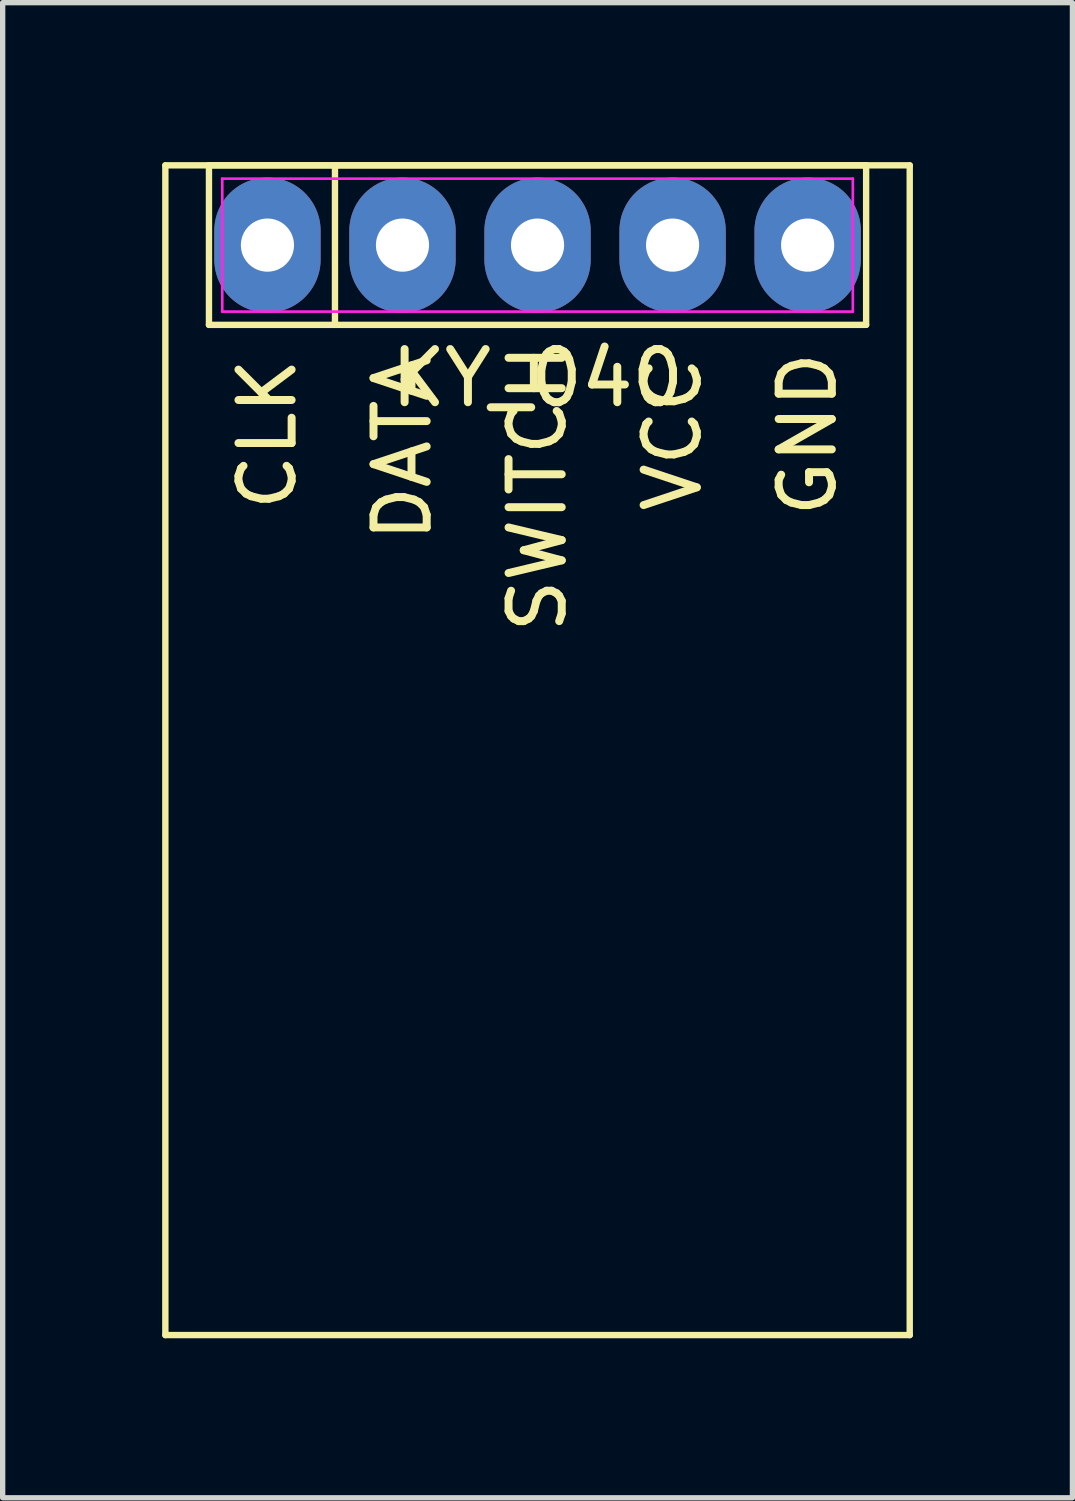
<source format=kicad_pcb>
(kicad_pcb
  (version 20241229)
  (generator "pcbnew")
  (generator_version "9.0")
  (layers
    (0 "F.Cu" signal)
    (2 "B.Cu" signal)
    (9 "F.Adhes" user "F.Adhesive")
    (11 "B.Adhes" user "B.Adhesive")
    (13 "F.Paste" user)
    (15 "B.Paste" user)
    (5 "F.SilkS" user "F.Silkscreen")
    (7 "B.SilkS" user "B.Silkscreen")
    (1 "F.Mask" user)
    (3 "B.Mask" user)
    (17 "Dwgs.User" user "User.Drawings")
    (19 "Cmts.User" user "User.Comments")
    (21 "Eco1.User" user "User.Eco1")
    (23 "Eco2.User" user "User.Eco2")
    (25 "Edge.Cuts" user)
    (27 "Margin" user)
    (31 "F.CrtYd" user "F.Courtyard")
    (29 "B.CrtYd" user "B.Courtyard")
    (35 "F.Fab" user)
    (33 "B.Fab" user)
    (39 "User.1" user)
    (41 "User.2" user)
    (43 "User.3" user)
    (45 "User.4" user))
  (footprint "KY_040"
    (layer "F.Cu")
    (at 7.06 1.56)
    (property "Reference" "KY_040" (at 0 2.5 0) (layer "F.SilkS") (effects (font (size 1 1) (thickness 0.15))))
    (attr through_hole)
    (fp_line (start -7 -1.5) (end -7 20.5) (stroke (width 0.12) (type solid)) (layer "F.SilkS"))
    (fp_line (start -7 -1.5) (end 7 -1.5) (stroke (width 0.12) (type solid)) (layer "F.SilkS"))
    (fp_line (start -7 20.5) (end 7 20.5) (stroke (width 0.12) (type solid)) (layer "F.SilkS"))
    (fp_line (start -6.18 -1.5) (end 6.18 -1.5) (stroke (width 0.12) (type solid)) (layer "F.SilkS"))
    (fp_line (start -6.18 1.5) (end -6.18 -1.5) (stroke (width 0.12) (type solid)) (layer "F.SilkS"))
    (fp_line (start -3.81 -1.5) (end -3.81 1.5) (stroke (width 0.12) (type solid)) (layer "F.SilkS"))
    (fp_line (start 6.18 -1.5) (end 6.18 1.5) (stroke (width 0.12) (type solid)) (layer "F.SilkS"))
    (fp_line (start 6.18 1.5) (end -6.18 1.5) (stroke (width 0.12) (type solid)) (layer "F.SilkS"))
    (fp_line (start 7 -1.5) (end 7 20.5) (stroke (width 0.12) (type solid)) (layer "F.SilkS"))
    (fp_line (start -5.93 -1.25) (end 5.93 -1.25) (stroke (width 0.05) (type solid)) (layer "F.CrtYd"))
    (fp_line (start -5.93 1.25) (end -5.93 -1.25) (stroke (width 0.05) (type solid)) (layer "F.CrtYd"))
    (fp_line (start 5.93 -1.25) (end 5.93 1.25) (stroke (width 0.05) (type solid)) (layer "F.CrtYd"))
    (fp_line (start 5.93 1.25) (end -5.93 1.25) (stroke (width 0.05) (type solid)) (layer "F.CrtYd"))
    (fp_text user "CLK" (at -5.08 3.556 90) (layer "F.SilkS") (effects (font (size 1 1) (thickness 0.15))))
    (fp_text user "GND" (at 5.08 3.556 90) (layer "F.SilkS") (effects (font (size 1 1) (thickness 0.15))))
    (fp_text user "VCC" (at 2.54 3.556 90) (layer "F.SilkS") (effects (font (size 1 1) (thickness 0.15))))
    (fp_text user "SWITCH" (at 0 4.572 90) (layer "F.SilkS") (effects (font (size 1 1) (thickness 0.15))))
    (fp_text user "DATA" (at -2.54 3.81 90) (layer "F.SilkS") (effects (font (size 1 1) (thickness 0.15))))
    (pad "1" thru_hole oval (at -5.08 0) (size 2 2.54) (drill 1) (layers "*.Cu" "*.Mask"))
    (pad "2" thru_hole oval (at -2.54 0) (size 2 2.54) (drill 1) (layers "*.Cu" "*.Mask"))
    (pad "3" thru_hole oval (at 0 0) (size 2 2.54) (drill 1) (layers "*.Cu" "*.Mask"))
    (pad "4" thru_hole oval (at 2.54 0) (size 2 2.54) (drill 1) (layers "*.Cu" "*.Mask"))
    (pad "5" thru_hole oval (at 5.08 0) (size 2 2.54) (drill 1) (layers "*.Cu" "*.Mask")))
  (gr_rect
    (start -3 -3)
    (end 17.12 25.12)
    (stroke (width 0.1) (type default))
    (fill no)
    (layer "Edge.Cuts")))
</source>
